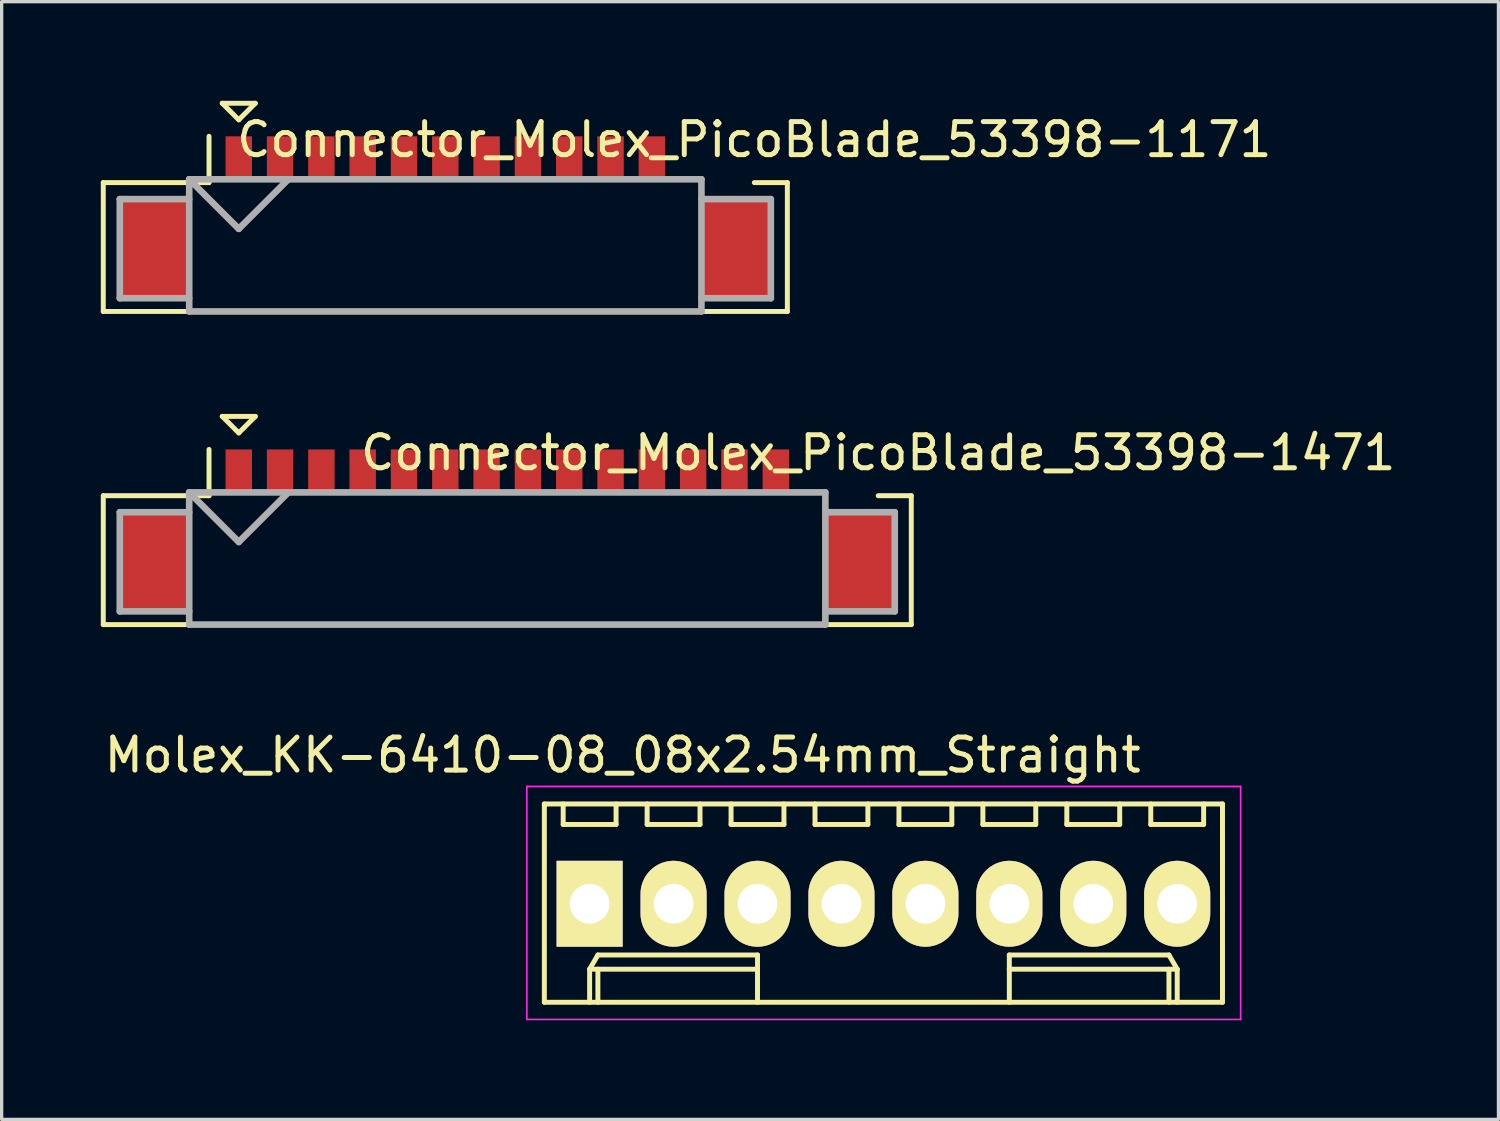
<source format=kicad_pcb>
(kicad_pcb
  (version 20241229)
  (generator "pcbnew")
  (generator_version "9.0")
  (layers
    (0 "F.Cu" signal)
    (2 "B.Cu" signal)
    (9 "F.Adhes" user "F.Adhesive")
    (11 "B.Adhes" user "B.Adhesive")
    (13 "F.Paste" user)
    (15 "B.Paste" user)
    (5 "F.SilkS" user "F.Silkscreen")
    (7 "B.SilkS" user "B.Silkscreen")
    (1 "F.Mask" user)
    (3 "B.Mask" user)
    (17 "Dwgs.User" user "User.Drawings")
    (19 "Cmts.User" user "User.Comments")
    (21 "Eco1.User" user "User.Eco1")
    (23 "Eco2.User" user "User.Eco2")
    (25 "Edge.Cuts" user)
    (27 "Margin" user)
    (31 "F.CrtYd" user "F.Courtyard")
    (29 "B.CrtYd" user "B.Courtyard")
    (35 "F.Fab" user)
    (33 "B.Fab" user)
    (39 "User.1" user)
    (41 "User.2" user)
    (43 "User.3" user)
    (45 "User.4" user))
  (footprint "Connector_Molex_PicoBlade_53398-1171"
    (layer "F.Cu")
    (at 10.425 4.475)
    (property "Reference" "Connector_Molex_PicoBlade_53398-1171" (at 9.35 -3.3 0) (layer "F.SilkS") (effects (font (size 1 1) (thickness 0.15))))
    (attr through_hole)
    (fp_line (start -10.35 -2) (end -10.35 1.9) (stroke (width 0.15) (type solid)) (layer "F.SilkS"))
    (fp_line (start -10.35 1.9) (end 10.35 1.9) (stroke (width 0.15) (type solid)) (layer "F.SilkS"))
    (fp_line (start -7.15 -3.4) (end -7.15 -2) (stroke (width 0.15) (type solid)) (layer "F.SilkS"))
    (fp_line (start -7.15 -2) (end -10.35 -2) (stroke (width 0.15) (type solid)) (layer "F.SilkS"))
    (fp_line (start -6.75 -4.4) (end -5.75 -4.4) (stroke (width 0.15) (type solid)) (layer "F.SilkS"))
    (fp_line (start -6.25 -3.9) (end -6.75 -4.4) (stroke (width 0.15) (type solid)) (layer "F.SilkS"))
    (fp_line (start -5.75 -4.4) (end -6.25 -3.9) (stroke (width 0.15) (type solid)) (layer "F.SilkS"))
    (fp_line (start 10.35 -2) (end 9.35 -2) (stroke (width 0.15) (type solid)) (layer "F.SilkS"))
    (fp_line (start 10.35 1.9) (end 10.35 -2) (stroke (width 0.15) (type solid)) (layer "F.SilkS"))
    (fp_line (start -9.85 -1.5) (end -9.85 1.5) (stroke (width 0.2) (type solid)) (layer "F.Fab"))
    (fp_line (start -9.85 1.5) (end -7.75 1.5) (stroke (width 0.2) (type solid)) (layer "F.Fab"))
    (fp_line (start -7.75 -2.1) (end -7.75 1.9) (stroke (width 0.2) (type solid)) (layer "F.Fab"))
    (fp_line (start -7.75 -2.1) (end -6.25 -0.6) (stroke (width 0.2) (type solid)) (layer "F.Fab"))
    (fp_line (start -7.75 -1.5) (end -9.85 -1.5) (stroke (width 0.2) (type solid)) (layer "F.Fab"))
    (fp_line (start -7.75 1.9) (end 7.75 1.9) (stroke (width 0.2) (type solid)) (layer "F.Fab"))
    (fp_line (start -6.25 -0.6) (end -4.75 -2.1) (stroke (width 0.2) (type solid)) (layer "F.Fab"))
    (fp_line (start 7.75 -2.1) (end -7.75 -2.1) (stroke (width 0.2) (type solid)) (layer "F.Fab"))
    (fp_line (start 7.75 -1.5) (end 9.85 -1.5) (stroke (width 0.2) (type solid)) (layer "F.Fab"))
    (fp_line (start 7.75 1.9) (end 7.75 -2.1) (stroke (width 0.2) (type solid)) (layer "F.Fab"))
    (fp_line (start 9.85 -1.5) (end 9.85 1.5) (stroke (width 0.2) (type solid)) (layer "F.Fab"))
    (fp_line (start 9.85 1.5) (end 7.75 1.5) (stroke (width 0.2) (type solid)) (layer "F.Fab"))
    (pad "" smd rect (at -8.8 0) (size 2.1 3) (layers "F.Cu" "F.Mask" "F.Paste"))
    (pad "" smd rect (at 8.8 0) (size 2.1 3) (layers "F.Cu" "F.Mask" "F.Paste"))
    (pad "1" smd rect (at -6.25 -2.75) (size 0.8 1.3) (layers "F.Cu" "F.Mask" "F.Paste"))
    (pad "2" smd rect (at -5 -2.75) (size 0.8 1.3) (layers "F.Cu" "F.Mask" "F.Paste"))
    (pad "3" smd rect (at -3.75 -2.75) (size 0.8 1.3) (layers "F.Cu" "F.Mask" "F.Paste"))
    (pad "4" smd rect (at -2.5 -2.75) (size 0.8 1.3) (layers "F.Cu" "F.Mask" "F.Paste"))
    (pad "5" smd rect (at -1.25 -2.75) (size 0.8 1.3) (layers "F.Cu" "F.Mask" "F.Paste"))
    (pad "6" smd rect (at 0 -2.75) (size 0.8 1.3) (layers "F.Cu" "F.Mask" "F.Paste"))
    (pad "7" smd rect (at 1.25 -2.75) (size 0.8 1.3) (layers "F.Cu" "F.Mask" "F.Paste"))
    (pad "8" smd rect (at 2.5 -2.75) (size 0.8 1.3) (layers "F.Cu" "F.Mask" "F.Paste"))
    (pad "9" smd rect (at 3.75 -2.75) (size 0.8 1.3) (layers "F.Cu" "F.Mask" "F.Paste"))
    (pad "10" smd rect (at 5 -2.75) (size 0.8 1.3) (layers "F.Cu" "F.Mask" "F.Paste"))
    (pad "11" smd rect (at 6.25 -2.75) (size 0.8 1.3) (layers "F.Cu" "F.Mask" "F.Paste")))
  (footprint "Molex_KK-6410-08_08x2.54mm_Straight"
    (layer "F.Cu")
    (at 14.792 24.298)
    (property "Reference" "Molex_KK-6410-08_08x2.54mm_Straight" (at 1 -4.5 0) (layer "F.SilkS") (effects (font (size 1 1) (thickness 0.15))))
    (attr through_hole)
    (fp_line (start -1.37 -3.02) (end -1.37 2.98) (stroke (width 0.15) (type solid)) (layer "F.SilkS"))
    (fp_line (start -1.37 2.98) (end 19.15 2.98) (stroke (width 0.15) (type solid)) (layer "F.SilkS"))
    (fp_line (start -0.8 -3.02) (end -0.8 -2.4) (stroke (width 0.15) (type solid)) (layer "F.SilkS"))
    (fp_line (start -0.8 -2.4) (end 0.8 -2.4) (stroke (width 0.15) (type solid)) (layer "F.SilkS"))
    (fp_line (start 0 1.98) (end 0.25 1.55) (stroke (width 0.15) (type solid)) (layer "F.SilkS"))
    (fp_line (start 0 1.98) (end 5.08 1.98) (stroke (width 0.15) (type solid)) (layer "F.SilkS"))
    (fp_line (start 0 2.98) (end 0 1.98) (stroke (width 0.15) (type solid)) (layer "F.SilkS"))
    (fp_line (start 0.25 1.55) (end 5.08 1.55) (stroke (width 0.15) (type solid)) (layer "F.SilkS"))
    (fp_line (start 0.25 2.98) (end 0.25 1.98) (stroke (width 0.15) (type solid)) (layer "F.SilkS"))
    (fp_line (start 0.8 -2.4) (end 0.8 -3.02) (stroke (width 0.15) (type solid)) (layer "F.SilkS"))
    (fp_line (start 1.74 -3.02) (end 1.74 -2.4) (stroke (width 0.15) (type solid)) (layer "F.SilkS"))
    (fp_line (start 1.74 -2.4) (end 3.34 -2.4) (stroke (width 0.15) (type solid)) (layer "F.SilkS"))
    (fp_line (start 3.34 -2.4) (end 3.34 -3.02) (stroke (width 0.15) (type solid)) (layer "F.SilkS"))
    (fp_line (start 4.28 -3.02) (end 4.28 -2.4) (stroke (width 0.15) (type solid)) (layer "F.SilkS"))
    (fp_line (start 4.28 -2.4) (end 5.88 -2.4) (stroke (width 0.15) (type solid)) (layer "F.SilkS"))
    (fp_line (start 5.08 1.55) (end 5.08 1.98) (stroke (width 0.15) (type solid)) (layer "F.SilkS"))
    (fp_line (start 5.08 1.98) (end 5.08 2.98) (stroke (width 0.15) (type solid)) (layer "F.SilkS"))
    (fp_line (start 5.88 -2.4) (end 5.88 -3.02) (stroke (width 0.15) (type solid)) (layer "F.SilkS"))
    (fp_line (start 6.82 -3.02) (end 6.82 -2.4) (stroke (width 0.15) (type solid)) (layer "F.SilkS"))
    (fp_line (start 6.82 -2.4) (end 8.42 -2.4) (stroke (width 0.15) (type solid)) (layer "F.SilkS"))
    (fp_line (start 8.42 -2.4) (end 8.42 -3.02) (stroke (width 0.15) (type solid)) (layer "F.SilkS"))
    (fp_line (start 9.36 -3.02) (end 9.36 -2.4) (stroke (width 0.15) (type solid)) (layer "F.SilkS"))
    (fp_line (start 9.36 -2.4) (end 10.96 -2.4) (stroke (width 0.15) (type solid)) (layer "F.SilkS"))
    (fp_line (start 10.96 -2.4) (end 10.96 -3.02) (stroke (width 0.15) (type solid)) (layer "F.SilkS"))
    (fp_line (start 11.9 -3.02) (end 11.9 -2.4) (stroke (width 0.15) (type solid)) (layer "F.SilkS"))
    (fp_line (start 11.9 -2.4) (end 13.5 -2.4) (stroke (width 0.15) (type solid)) (layer "F.SilkS"))
    (fp_line (start 12.7 1.55) (end 12.7 1.98) (stroke (width 0.15) (type solid)) (layer "F.SilkS"))
    (fp_line (start 12.7 1.98) (end 12.7 2.98) (stroke (width 0.15) (type solid)) (layer "F.SilkS"))
    (fp_line (start 13.5 -2.4) (end 13.5 -3.02) (stroke (width 0.15) (type solid)) (layer "F.SilkS"))
    (fp_line (start 14.44 -3.02) (end 14.44 -2.4) (stroke (width 0.15) (type solid)) (layer "F.SilkS"))
    (fp_line (start 14.44 -2.4) (end 16.04 -2.4) (stroke (width 0.15) (type solid)) (layer "F.SilkS"))
    (fp_line (start 16.04 -2.4) (end 16.04 -3.02) (stroke (width 0.15) (type solid)) (layer "F.SilkS"))
    (fp_line (start 16.98 -3.02) (end 16.98 -2.4) (stroke (width 0.15) (type solid)) (layer "F.SilkS"))
    (fp_line (start 16.98 -2.4) (end 18.58 -2.4) (stroke (width 0.15) (type solid)) (layer "F.SilkS"))
    (fp_line (start 17.53 1.55) (end 12.7 1.55) (stroke (width 0.15) (type solid)) (layer "F.SilkS"))
    (fp_line (start 17.53 2.98) (end 17.53 1.98) (stroke (width 0.15) (type solid)) (layer "F.SilkS"))
    (fp_line (start 17.78 1.98) (end 12.7 1.98) (stroke (width 0.15) (type solid)) (layer "F.SilkS"))
    (fp_line (start 17.78 1.98) (end 17.53 1.55) (stroke (width 0.15) (type solid)) (layer "F.SilkS"))
    (fp_line (start 17.78 2.98) (end 17.78 1.98) (stroke (width 0.15) (type solid)) (layer "F.SilkS"))
    (fp_line (start 18.58 -2.4) (end 18.58 -3.02) (stroke (width 0.15) (type solid)) (layer "F.SilkS"))
    (fp_line (start 19.15 -3.02) (end -1.37 -3.02) (stroke (width 0.15) (type solid)) (layer "F.SilkS"))
    (fp_line (start 19.15 2.98) (end 19.15 -3.02) (stroke (width 0.15) (type solid)) (layer "F.SilkS"))
    (fp_line (start -1.9 -3.55) (end 19.7 -3.55) (stroke (width 0.05) (type solid)) (layer "F.CrtYd"))
    (fp_line (start -1.9 3.5) (end -1.9 -3.55) (stroke (width 0.05) (type solid)) (layer "F.CrtYd"))
    (fp_line (start 19.7 -3.55) (end 19.7 3.5) (stroke (width 0.05) (type solid)) (layer "F.CrtYd"))
    (fp_line (start 19.7 3.5) (end -1.9 3.5) (stroke (width 0.05) (type solid)) (layer "F.CrtYd"))
    (pad "1" thru_hole rect (at 0 0) (size 2 2.6) (drill 1.2) (layers "*.Cu" "*.Mask" "F.SilkS"))
    (pad "2" thru_hole oval (at 2.54 0) (size 2 2.6) (drill 1.2) (layers "*.Cu" "*.Mask" "F.SilkS"))
    (pad "3" thru_hole oval (at 5.08 0) (size 2 2.6) (drill 1.2) (layers "*.Cu" "*.Mask" "F.SilkS"))
    (pad "4" thru_hole oval (at 7.62 0) (size 2 2.6) (drill 1.2) (layers "*.Cu" "*.Mask" "F.SilkS"))
    (pad "5" thru_hole oval (at 10.16 0) (size 2 2.6) (drill 1.2) (layers "*.Cu" "*.Mask" "F.SilkS"))
    (pad "6" thru_hole oval (at 12.7 0) (size 2 2.6) (drill 1.2) (layers "*.Cu" "*.Mask" "F.SilkS"))
    (pad "7" thru_hole oval (at 15.24 0) (size 2 2.6) (drill 1.2) (layers "*.Cu" "*.Mask" "F.SilkS"))
    (pad "8" thru_hole oval (at 17.78 0) (size 2 2.6) (drill 1.2) (layers "*.Cu" "*.Mask" "F.SilkS")))
  (footprint "Connector_Molex_PicoBlade_53398-1471"
    (layer "F.Cu")
    (at 12.3 13.95)
    (property "Reference" "Connector_Molex_PicoBlade_53398-1471" (at 11.225 -3.3 0) (layer "F.SilkS") (effects (font (size 1 1) (thickness 0.15))))
    (attr through_hole)
    (fp_line (start -12.225 -2) (end -12.225 1.9) (stroke (width 0.15) (type solid)) (layer "F.SilkS"))
    (fp_line (start -12.225 1.9) (end 12.225 1.9) (stroke (width 0.15) (type solid)) (layer "F.SilkS"))
    (fp_line (start -9.025 -3.4) (end -9.025 -2) (stroke (width 0.15) (type solid)) (layer "F.SilkS"))
    (fp_line (start -9.025 -2) (end -12.225 -2) (stroke (width 0.15) (type solid)) (layer "F.SilkS"))
    (fp_line (start -8.625 -4.4) (end -7.625 -4.4) (stroke (width 0.15) (type solid)) (layer "F.SilkS"))
    (fp_line (start -8.125 -3.9) (end -8.625 -4.4) (stroke (width 0.15) (type solid)) (layer "F.SilkS"))
    (fp_line (start -7.625 -4.4) (end -8.125 -3.9) (stroke (width 0.15) (type solid)) (layer "F.SilkS"))
    (fp_line (start 12.225 -2) (end 11.225 -2) (stroke (width 0.15) (type solid)) (layer "F.SilkS"))
    (fp_line (start 12.225 1.9) (end 12.225 -2) (stroke (width 0.15) (type solid)) (layer "F.SilkS"))
    (fp_line (start -11.725 -1.5) (end -11.725 1.5) (stroke (width 0.2) (type solid)) (layer "F.Fab"))
    (fp_line (start -11.725 1.5) (end -9.625 1.5) (stroke (width 0.2) (type solid)) (layer "F.Fab"))
    (fp_line (start -9.625 -2.1) (end -9.625 1.9) (stroke (width 0.2) (type solid)) (layer "F.Fab"))
    (fp_line (start -9.625 -2.1) (end -8.125 -0.6) (stroke (width 0.2) (type solid)) (layer "F.Fab"))
    (fp_line (start -9.625 -1.5) (end -11.725 -1.5) (stroke (width 0.2) (type solid)) (layer "F.Fab"))
    (fp_line (start -9.625 1.9) (end 9.625 1.9) (stroke (width 0.2) (type solid)) (layer "F.Fab"))
    (fp_line (start -8.125 -0.6) (end -6.625 -2.1) (stroke (width 0.2) (type solid)) (layer "F.Fab"))
    (fp_line (start 9.625 -2.1) (end -9.625 -2.1) (stroke (width 0.2) (type solid)) (layer "F.Fab"))
    (fp_line (start 9.625 -1.5) (end 11.725 -1.5) (stroke (width 0.2) (type solid)) (layer "F.Fab"))
    (fp_line (start 9.625 1.9) (end 9.625 -2.1) (stroke (width 0.2) (type solid)) (layer "F.Fab"))
    (fp_line (start 11.725 -1.5) (end 11.725 1.5) (stroke (width 0.2) (type solid)) (layer "F.Fab"))
    (fp_line (start 11.725 1.5) (end 9.625 1.5) (stroke (width 0.2) (type solid)) (layer "F.Fab"))
    (pad "" smd rect (at -10.675 0) (size 2.1 3) (layers "F.Cu" "F.Mask" "F.Paste"))
    (pad "" smd rect (at 10.675 0) (size 2.1 3) (layers "F.Cu" "F.Mask" "F.Paste"))
    (pad "1" smd rect (at -8.125 -2.75) (size 0.8 1.3) (layers "F.Cu" "F.Mask" "F.Paste"))
    (pad "2" smd rect (at -6.875 -2.75) (size 0.8 1.3) (layers "F.Cu" "F.Mask" "F.Paste"))
    (pad "3" smd rect (at -5.625 -2.75) (size 0.8 1.3) (layers "F.Cu" "F.Mask" "F.Paste"))
    (pad "4" smd rect (at -4.375 -2.75) (size 0.8 1.3) (layers "F.Cu" "F.Mask" "F.Paste"))
    (pad "5" smd rect (at -3.125 -2.75) (size 0.8 1.3) (layers "F.Cu" "F.Mask" "F.Paste"))
    (pad "6" smd rect (at -1.875 -2.75) (size 0.8 1.3) (layers "F.Cu" "F.Mask" "F.Paste"))
    (pad "7" smd rect (at -0.625 -2.75) (size 0.8 1.3) (layers "F.Cu" "F.Mask" "F.Paste"))
    (pad "8" smd rect (at 0.625 -2.75) (size 0.8 1.3) (layers "F.Cu" "F.Mask" "F.Paste"))
    (pad "9" smd rect (at 1.875 -2.75) (size 0.8 1.3) (layers "F.Cu" "F.Mask" "F.Paste"))
    (pad "10" smd rect (at 3.125 -2.75) (size 0.8 1.3) (layers "F.Cu" "F.Mask" "F.Paste"))
    (pad "11" smd rect (at 4.375 -2.75) (size 0.8 1.3) (layers "F.Cu" "F.Mask" "F.Paste"))
    (pad "12" smd rect (at 5.625 -2.75) (size 0.8 1.3) (layers "F.Cu" "F.Mask" "F.Paste"))
    (pad "13" smd rect (at 6.875 -2.75) (size 0.8 1.3) (layers "F.Cu" "F.Mask" "F.Paste"))
    (pad "14" smd rect (at 8.125 -2.75) (size 0.8 1.3) (layers "F.Cu" "F.Mask" "F.Paste")))
  (gr_rect
    (start -3 -3)
    (end 42.293 30.823)
    (stroke (width 0.1) (type default))
    (fill no)
    (layer "Edge.Cuts")))
</source>
